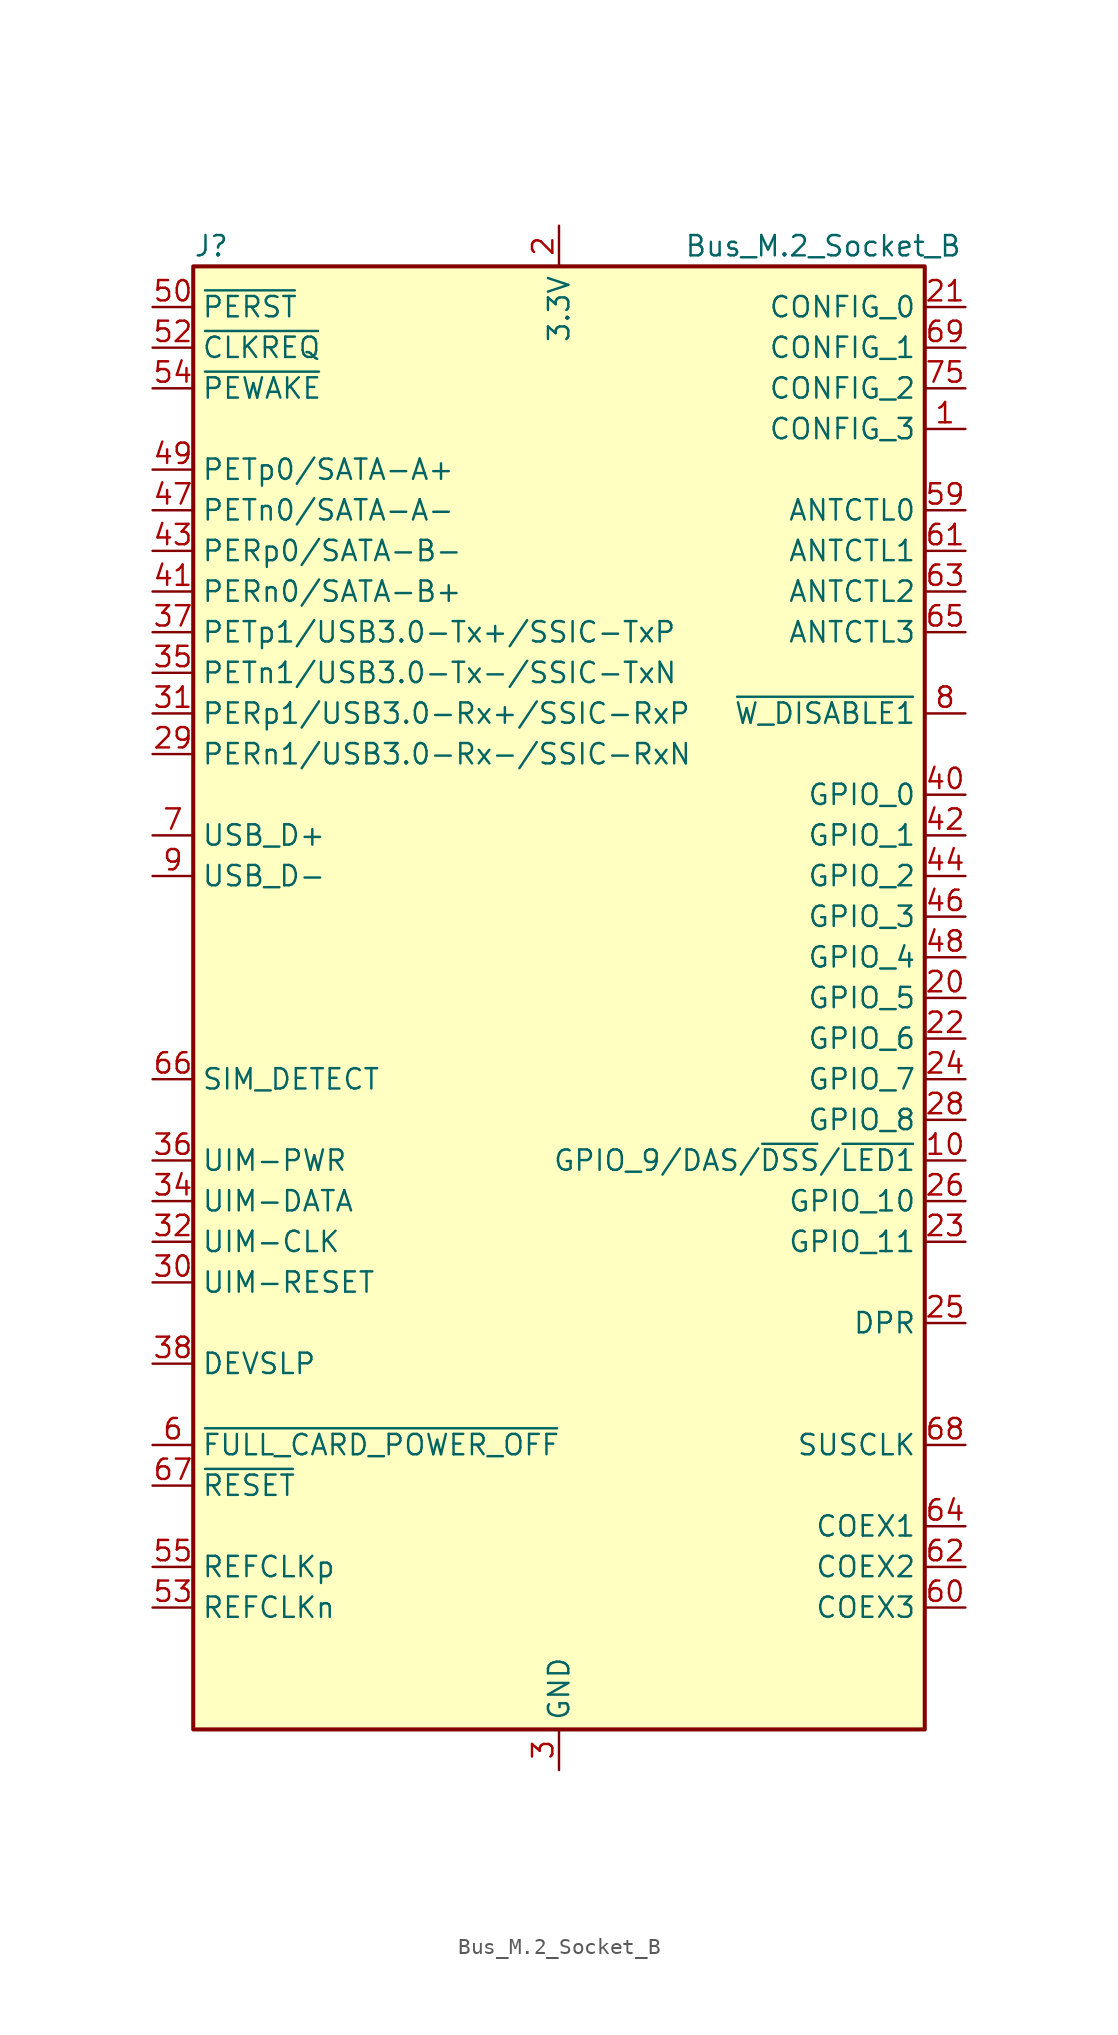
<source format=kicad_sym>
(kicad_symbol_lib
  (version 20201005)
  (generator kicad_symbol_editor)
  (symbol "Connector:Bus_M.2_Socket_B"
    (property "Reference" "J"
      (at -22.86 46.99 0)
      (effects (font (size 1.27 1.27)) (justify left)))
    (property "Value" "Bus_M.2_Socket_B"
      (at 16.51 46.99 0)
      (effects (font (size 1.27 1.27))))
    (symbol "Bus_M.2_Socket_B_0_1"
      (rectangle (start -22.86 45.72) (end 22.86 -45.72) (stroke (width 0.254)) (fill (type background))))
    (symbol "Bus_M.2_Socket_B_1_1"
      (pin input line (at 25.4 35.56 180) (length 2.54) (name "CONFIG_3" (effects (font (size 1.27 1.27)))) (number "1" (effects (font (size 1.27 1.27)))))
      (pin bidirectional line (at 25.4 -10.16 180) (length 2.54) (name "GPIO_9/DAS/~DSS~/~LED1" (effects (font (size 1.27 1.27)))) (number "10" (effects (font (size 1.27 1.27)))))
      (pin passive line (at 0 -48.26 90) (length 2.54) hide (name "GND" (effects (font (size 1.27 1.27)))) (number "11" (effects (font (size 1.27 1.27)))))
      (pin power_in line (at 0 48.26 270) (length 2.54) (name "3.3V" (effects (font (size 1.27 1.27)))) (number "2" (effects (font (size 1.27 1.27)))))
      (pin bidirectional line (at 25.4 0 180) (length 2.54) (name "GPIO_5" (effects (font (size 1.27 1.27)))) (number "20" (effects (font (size 1.27 1.27)))))
      (pin input line (at 25.4 43.18 180) (length 2.54) (name "CONFIG_0" (effects (font (size 1.27 1.27)))) (number "21" (effects (font (size 1.27 1.27)))))
      (pin bidirectional line (at 25.4 -2.54 180) (length 2.54) (name "GPIO_6" (effects (font (size 1.27 1.27)))) (number "22" (effects (font (size 1.27 1.27)))))
      (pin bidirectional line (at 25.4 -15.24 180) (length 2.54) (name "GPIO_11" (effects (font (size 1.27 1.27)))) (number "23" (effects (font (size 1.27 1.27)))))
      (pin bidirectional line (at 25.4 -5.08 180) (length 2.54) (name "GPIO_7" (effects (font (size 1.27 1.27)))) (number "24" (effects (font (size 1.27 1.27)))))
      (pin output line (at 25.4 -20.32 180) (length 2.54) (name "DPR" (effects (font (size 1.27 1.27)))) (number "25" (effects (font (size 1.27 1.27)))))
      (pin bidirectional line (at 25.4 -12.7 180) (length 2.54) (name "GPIO_10" (effects (font (size 1.27 1.27)))) (number "26" (effects (font (size 1.27 1.27)))))
      (pin passive line (at 0 -48.26 90) (length 2.54) hide (name "GND" (effects (font (size 1.27 1.27)))) (number "27" (effects (font (size 1.27 1.27)))))
      (pin bidirectional line (at 25.4 -7.62 180) (length 2.54) (name "GPIO_8" (effects (font (size 1.27 1.27)))) (number "28" (effects (font (size 1.27 1.27)))))
      (pin input line (at -25.4 15.24 0) (length 2.54) (name "PERn1/USB3.0-Rx-/SSIC-RxN" (effects (font (size 1.27 1.27)))) (number "29" (effects (font (size 1.27 1.27)))))
      (pin power_in line (at 0 -48.26 90) (length 2.54) (name "GND" (effects (font (size 1.27 1.27)))) (number "3" (effects (font (size 1.27 1.27)))))
      (pin input line (at -25.4 -17.78 0) (length 2.54) (name "UIM-RESET" (effects (font (size 1.27 1.27)))) (number "30" (effects (font (size 1.27 1.27)))))
      (pin input line (at -25.4 17.78 0) (length 2.54) (name "PERp1/USB3.0-Rx+/SSIC-RxP" (effects (font (size 1.27 1.27)))) (number "31" (effects (font (size 1.27 1.27)))))
      (pin input line (at -25.4 -15.24 0) (length 2.54) (name "UIM-CLK" (effects (font (size 1.27 1.27)))) (number "32" (effects (font (size 1.27 1.27)))))
      (pin passive line (at 0 -48.26 90) (length 2.54) hide (name "GND" (effects (font (size 1.27 1.27)))) (number "33" (effects (font (size 1.27 1.27)))))
      (pin bidirectional line (at -25.4 -12.7 0) (length 2.54) (name "UIM-DATA" (effects (font (size 1.27 1.27)))) (number "34" (effects (font (size 1.27 1.27)))))
      (pin output line (at -25.4 20.32 0) (length 2.54) (name "PETn1/USB3.0-Tx-/SSIC-TxN" (effects (font (size 1.27 1.27)))) (number "35" (effects (font (size 1.27 1.27)))))
      (pin input line (at -25.4 -10.16 0) (length 2.54) (name "UIM-PWR" (effects (font (size 1.27 1.27)))) (number "36" (effects (font (size 1.27 1.27)))))
      (pin output line (at -25.4 22.86 0) (length 2.54) (name "PETp1/USB3.0-Tx+/SSIC-TxP" (effects (font (size 1.27 1.27)))) (number "37" (effects (font (size 1.27 1.27)))))
      (pin output line (at -25.4 -22.86 0) (length 2.54) (name "DEVSLP" (effects (font (size 1.27 1.27)))) (number "38" (effects (font (size 1.27 1.27)))))
      (pin passive line (at 0 -48.26 90) (length 2.54) hide (name "GND" (effects (font (size 1.27 1.27)))) (number "39" (effects (font (size 1.27 1.27)))))
      (pin passive line (at 0 48.26 270) (length 2.54) hide (name "3.3V" (effects (font (size 1.27 1.27)))) (number "4" (effects (font (size 1.27 1.27)))))
      (pin bidirectional line (at 25.4 12.7 180) (length 2.54) (name "GPIO_0" (effects (font (size 1.27 1.27)))) (number "40" (effects (font (size 1.27 1.27)))))
      (pin input line (at -25.4 25.4 0) (length 2.54) (name "PERn0/SATA-B+" (effects (font (size 1.27 1.27)))) (number "41" (effects (font (size 1.27 1.27)))))
      (pin bidirectional line (at 25.4 10.16 180) (length 2.54) (name "GPIO_1" (effects (font (size 1.27 1.27)))) (number "42" (effects (font (size 1.27 1.27)))))
      (pin input line (at -25.4 27.94 0) (length 2.54) (name "PERp0/SATA-B-" (effects (font (size 1.27 1.27)))) (number "43" (effects (font (size 1.27 1.27)))))
      (pin bidirectional line (at 25.4 7.62 180) (length 2.54) (name "GPIO_2" (effects (font (size 1.27 1.27)))) (number "44" (effects (font (size 1.27 1.27)))))
      (pin passive line (at 0 -48.26 90) (length 2.54) hide (name "GND" (effects (font (size 1.27 1.27)))) (number "45" (effects (font (size 1.27 1.27)))))
      (pin bidirectional line (at 25.4 5.08 180) (length 2.54) (name "GPIO_3" (effects (font (size 1.27 1.27)))) (number "46" (effects (font (size 1.27 1.27)))))
      (pin output line (at -25.4 30.48 0) (length 2.54) (name "PETn0/SATA-A-" (effects (font (size 1.27 1.27)))) (number "47" (effects (font (size 1.27 1.27)))))
      (pin bidirectional line (at 25.4 2.54 180) (length 2.54) (name "GPIO_4" (effects (font (size 1.27 1.27)))) (number "48" (effects (font (size 1.27 1.27)))))
      (pin output line (at -25.4 33.02 0) (length 2.54) (name "PETp0/SATA-A+" (effects (font (size 1.27 1.27)))) (number "49" (effects (font (size 1.27 1.27)))))
      (pin passive line (at 0 -48.26 90) (length 2.54) hide (name "GND" (effects (font (size 1.27 1.27)))) (number "5" (effects (font (size 1.27 1.27)))))
      (pin output line (at -25.4 43.18 0) (length 2.54) (name "~PERST" (effects (font (size 1.27 1.27)))) (number "50" (effects (font (size 1.27 1.27)))))
      (pin passive line (at 0 -48.26 90) (length 2.54) hide (name "GND" (effects (font (size 1.27 1.27)))) (number "51" (effects (font (size 1.27 1.27)))))
      (pin bidirectional line (at -25.4 40.64 0) (length 2.54) (name "~CLKREQ" (effects (font (size 1.27 1.27)))) (number "52" (effects (font (size 1.27 1.27)))))
      (pin output line (at -25.4 -38.1 0) (length 2.54) (name "REFCLKn" (effects (font (size 1.27 1.27)))) (number "53" (effects (font (size 1.27 1.27)))))
      (pin bidirectional line (at -25.4 38.1 0) (length 2.54) (name "~PEWAKE" (effects (font (size 1.27 1.27)))) (number "54" (effects (font (size 1.27 1.27)))))
      (pin output line (at -25.4 -35.56 0) (length 2.54) (name "REFCLKp" (effects (font (size 1.27 1.27)))) (number "55" (effects (font (size 1.27 1.27)))))
      (pin no_connect line (at 22.86 -43.18 180) (length 2.54) hide (name "NC" (effects (font (size 1.27 1.27)))) (number "56" (effects (font (size 1.27 1.27)))))
      (pin passive line (at 0 -48.26 90) (length 2.54) hide (name "GND" (effects (font (size 1.27 1.27)))) (number "57" (effects (font (size 1.27 1.27)))))
      (pin no_connect line (at 22.86 -40.64 180) (length 2.54) hide (name "NC" (effects (font (size 1.27 1.27)))) (number "58" (effects (font (size 1.27 1.27)))))
      (pin input line (at 25.4 30.48 180) (length 2.54) (name "ANTCTL0" (effects (font (size 1.27 1.27)))) (number "59" (effects (font (size 1.27 1.27)))))
      (pin output line (at -25.4 -27.94 0) (length 2.54) (name "~FULL_CARD_POWER_OFF" (effects (font (size 1.27 1.27)))) (number "6" (effects (font (size 1.27 1.27)))))
      (pin bidirectional line (at 25.4 -38.1 180) (length 2.54) (name "COEX3" (effects (font (size 1.27 1.27)))) (number "60" (effects (font (size 1.27 1.27)))))
      (pin input line (at 25.4 27.94 180) (length 2.54) (name "ANTCTL1" (effects (font (size 1.27 1.27)))) (number "61" (effects (font (size 1.27 1.27)))))
      (pin bidirectional line (at 25.4 -35.56 180) (length 2.54) (name "COEX2" (effects (font (size 1.27 1.27)))) (number "62" (effects (font (size 1.27 1.27)))))
      (pin input line (at 25.4 25.4 180) (length 2.54) (name "ANTCTL2" (effects (font (size 1.27 1.27)))) (number "63" (effects (font (size 1.27 1.27)))))
      (pin bidirectional line (at 25.4 -33.02 180) (length 2.54) (name "COEX1" (effects (font (size 1.27 1.27)))) (number "64" (effects (font (size 1.27 1.27)))))
      (pin input line (at 25.4 22.86 180) (length 2.54) (name "ANTCTL3" (effects (font (size 1.27 1.27)))) (number "65" (effects (font (size 1.27 1.27)))))
      (pin output line (at -25.4 -5.08 0) (length 2.54) (name "SIM_DETECT" (effects (font (size 1.27 1.27)))) (number "66" (effects (font (size 1.27 1.27)))))
      (pin output line (at -25.4 -30.48 0) (length 2.54) (name "~RESET" (effects (font (size 1.27 1.27)))) (number "67" (effects (font (size 1.27 1.27)))))
      (pin output line (at 25.4 -27.94 180) (length 2.54) (name "SUSCLK" (effects (font (size 1.27 1.27)))) (number "68" (effects (font (size 1.27 1.27)))))
      (pin input line (at 25.4 40.64 180) (length 2.54) (name "CONFIG_1" (effects (font (size 1.27 1.27)))) (number "69" (effects (font (size 1.27 1.27)))))
      (pin bidirectional line (at -25.4 10.16 0) (length 2.54) (name "USB_D+" (effects (font (size 1.27 1.27)))) (number "7" (effects (font (size 1.27 1.27)))))
      (pin passive line (at 0 48.26 270) (length 2.54) hide (name "3.3V" (effects (font (size 1.27 1.27)))) (number "70" (effects (font (size 1.27 1.27)))))
      (pin passive line (at 0 -48.26 90) (length 2.54) hide (name "GND" (effects (font (size 1.27 1.27)))) (number "71" (effects (font (size 1.27 1.27)))))
      (pin passive line (at 0 48.26 270) (length 2.54) hide (name "3.3V" (effects (font (size 1.27 1.27)))) (number "72" (effects (font (size 1.27 1.27)))))
      (pin passive line (at 0 -48.26 90) (length 2.54) hide (name "GND" (effects (font (size 1.27 1.27)))) (number "73" (effects (font (size 1.27 1.27)))))
      (pin passive line (at 0 48.26 270) (length 2.54) hide (name "3.3V" (effects (font (size 1.27 1.27)))) (number "74" (effects (font (size 1.27 1.27)))))
      (pin input line (at 25.4 38.1 180) (length 2.54) (name "CONFIG_2" (effects (font (size 1.27 1.27)))) (number "75" (effects (font (size 1.27 1.27)))))
      (pin output line (at 25.4 17.78 180) (length 2.54) (name "~W_DISABLE1" (effects (font (size 1.27 1.27)))) (number "8" (effects (font (size 1.27 1.27)))))
      (pin bidirectional line (at -25.4 7.62 0) (length 2.54) (name "USB_D-" (effects (font (size 1.27 1.27)))) (number "9" (effects (font (size 1.27 1.27))))))))
</source>
